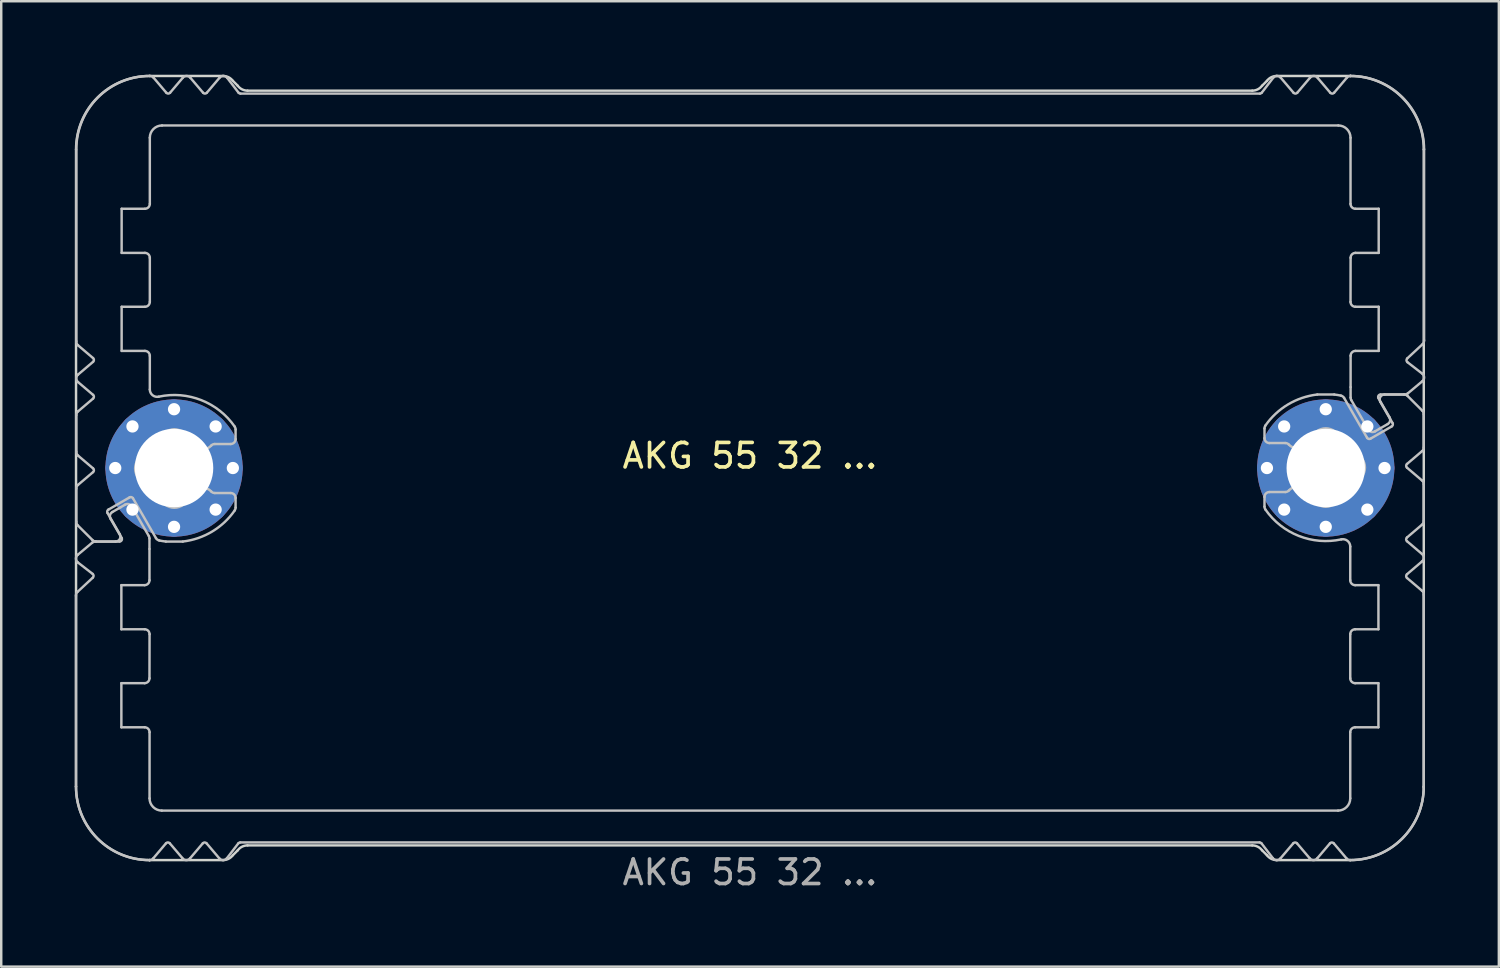
<source format=kicad_pcb>
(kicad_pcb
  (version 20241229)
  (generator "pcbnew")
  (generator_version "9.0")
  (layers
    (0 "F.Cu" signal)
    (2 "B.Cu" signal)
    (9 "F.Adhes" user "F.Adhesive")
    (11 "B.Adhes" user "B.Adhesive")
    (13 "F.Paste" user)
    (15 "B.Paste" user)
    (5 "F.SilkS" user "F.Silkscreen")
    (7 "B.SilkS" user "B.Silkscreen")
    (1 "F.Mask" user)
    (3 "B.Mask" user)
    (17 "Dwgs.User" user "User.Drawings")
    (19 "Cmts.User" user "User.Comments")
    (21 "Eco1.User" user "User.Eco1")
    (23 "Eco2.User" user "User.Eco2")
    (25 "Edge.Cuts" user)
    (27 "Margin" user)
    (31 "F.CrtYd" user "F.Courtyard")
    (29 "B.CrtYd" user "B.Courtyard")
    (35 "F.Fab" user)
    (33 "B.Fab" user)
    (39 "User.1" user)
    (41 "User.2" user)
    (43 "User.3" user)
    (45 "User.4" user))
  (footprint "AKG 55 32 ..."
    (layer "F.Cu")
    (at 27.553 16.05)
    (property "Reference" "AKG 55 32 ..." (at 0 -0.5 0) (unlocked yes) (layer "F.SilkS") (effects (font (size 1 1) (thickness 0.15))))
    (attr exclude_from_pos_files dnp)
    (fp_poly (pts (xy -20.9 -15.3) (xy 4 -15.3) (xy 4 -14) (xy -24.5 -14) (xy -24.5 -16) (xy -23.8 -15.2) (xy -23.05 -16) (xy -22.3 -15.2) (xy -21.55 -16)) (stroke (width 0.1) (type solid)) (fill yes) (layer "B.Mask"))
    (fp_poly (pts (xy -20.9 15.3) (xy 4.05 15.3) (xy 4.05 14) (xy -24.45 14) (xy -24.45 16) (xy -23.75 15.2) (xy -23 16) (xy -22.25 15.2) (xy -21.5 16)) (stroke (width 0.1) (type solid)) (fill yes) (layer "B.Mask"))
    (fp_poly (pts (xy 20.854 -15.3) (xy 3.954 -15.3) (xy 3.954 -14) (xy 24.454 -14) (xy 24.454 -16) (xy 23.754 -15.2) (xy 23.004 -16) (xy 22.254 -15.2) (xy 21.504 -16)) (stroke (width 0.1) (type solid)) (fill yes) (layer "B.Mask"))
    (fp_poly (pts (xy 20.9 15.3) (xy 3.954 15.3) (xy 3.954 14) (xy 24.454 14) (xy 24.454 16) (xy 23.754 15.2) (xy 23.004 16) (xy 22.254 15.2) (xy 21.504 16)) (stroke (width 0.1) (type solid)) (fill yes) (layer "B.Mask"))
    (fp_poly (pts (xy -24.546 10.6) (xy -25.6 10.6) (xy -25.6 8.8) (xy -24.5 8.8) (xy -24.5 6.7) (xy -25.646 6.7) (xy -25.646 4.7) (xy -24.546 4.7) (xy -24.546 3) (xy -26.646 3) (xy -27.446 3.7) (xy -26.646 4.4) (xy -27.446 5.1) (xy -27.446 16) (xy -24.546 16)) (stroke (width 0.1) (type solid)) (fill yes) (layer "B.Mask"))
    (fp_poly (pts (xy 24.599 -10.7) (xy 25.7 -10.7) (xy 25.7 -8.7) (xy 24.6 -8.7) (xy 24.6 -6.7) (xy 25.654 -6.7) (xy 25.654 -4.7) (xy 24.554 -4.7) (xy 24.5 -3) (xy 26.654 -3) (xy 27.454 -3.7) (xy 26.654 -4.4) (xy 27.454 -5.1) (xy 27.454 -16) (xy 24.554 -16)) (stroke (width 0.1) (type solid)) (fill yes) (layer "B.Mask"))
    (fp_poly (pts (xy -24.546 -10.6) (xy -25.6 -10.6) (xy -25.6 -8.8) (xy -24.546 -8.8) (xy -24.546 -6.7) (xy -25.646 -6.7) (xy -25.646 -4.7) (xy -24.546 -4.7) (xy -24.546 3) (xy -26.8 3) (xy -27.5 2.3) (xy -27.5 0.8) (xy -26.646 0.1) (xy -27.446 -0.6) (xy -27.446 -2.2) (xy -26.546 -2.9) (xy -27.446 -3.7) (xy -26.646 -4.4) (xy -27.446 -5.1) (xy -27.446 -16) (xy -24.546 -16)) (stroke (width 0.1) (type solid)) (fill yes) (layer "B.Mask"))
    (fp_poly (pts (xy 24.554 10.6) (xy 25.7 10.6) (xy 25.7 8.8) (xy 24.5 8.8) (xy 24.5 6.7) (xy 25.654 6.7) (xy 25.654 4.7) (xy 24.554 4.7) (xy 24.5 -3) (xy 26.654 -3) (xy 27.5 -2.3) (xy 27.5 -0.8) (xy 26.654 -0.1) (xy 27.454 0.6) (xy 27.454 2.2) (xy 26.7 2.9) (xy 27.505 3.656) (xy 26.654 4.4) (xy 27.454 5.1) (xy 27.454 16) (xy 24.554 16)) (stroke (width 0.1) (type solid)) (fill yes) (layer "B.Mask"))
    (fp_line (start -27.502 13) (end -27.502 5.214) (stroke (width 0.1) (type solid)) (layer "Dwgs.User"))
    (fp_line (start -27.489 -0.66) (end -27.489 -2.16) (stroke (width 0.1) (type solid)) (layer "Dwgs.User"))
    (fp_line (start -27.489 2.197) (end -27.489 0.84) (stroke (width 0.1) (type solid)) (layer "Dwgs.User"))
    (fp_line (start -27.489 -5.171) (end -27.488 -12.959) (stroke (width 0.1) (type solid)) (layer "Dwgs.User"))
    (fp_line (start -27.439 5.053) (end -26.815 4.473) (stroke (width 0.1) (type solid)) (layer "Dwgs.User"))
    (fp_line (start -27.433 3.543) (end -26.839 3.046) (stroke (width 0.1) (type solid)) (layer "Dwgs.User"))
    (fp_line (start -27.419 -3.812) (end -26.805 -4.334) (stroke (width 0.1) (type solid)) (layer "Dwgs.User"))
    (fp_line (start -27.419 -2.312) (end -26.805 -2.834) (stroke (width 0.1) (type solid)) (layer "Dwgs.User"))
    (fp_line (start -27.419 0.688) (end -26.805 0.166) (stroke (width 0.1) (type solid)) (layer "Dwgs.User"))
    (fp_line (start -26.828 2.941) (end -27.431 2.339) (stroke (width 0.1) (type solid)) (layer "Dwgs.User"))
    (fp_line (start -26.822 4.321) (end -27.425 3.853) (stroke (width 0.1) (type solid)) (layer "Dwgs.User"))
    (fp_line (start -26.805 -4.486) (end -27.419 -5.008) (stroke (width 0.1) (type solid)) (layer "Dwgs.User"))
    (fp_line (start -26.805 -2.986) (end -27.419 -3.508) (stroke (width 0.1) (type solid)) (layer "Dwgs.User"))
    (fp_line (start -26.805 0.014) (end -27.419 -0.508) (stroke (width 0.1) (type solid)) (layer "Dwgs.User"))
    (fp_line (start -26.71 3) (end -25.727 3) (stroke (width 0.1) (type solid)) (layer "Dwgs.User"))
    (fp_line (start -26.216 1.834) (end -25.716 2.7) (stroke (width 0.1) (type solid)) (layer "Dwgs.User"))
    (fp_line (start -26.018 1.795) (end -25.683 1.602) (stroke (width 0.1) (type solid)) (layer "Dwgs.User"))
    (fp_line (start -25.889 3) (end -26.686 3) (stroke (width 0.1) (type solid)) (layer "Dwgs.User"))
    (fp_line (start -25.683 1.602) (end -25.499 1.495) (stroke (width 0.1) (type solid)) (layer "Dwgs.User"))
    (fp_line (start -25.65 4.78) (end -25.65 6.58) (stroke (width 0.1) (type solid)) (layer "Dwgs.User"))
    (fp_line (start -25.65 8.78) (end -25.65 10.58) (stroke (width 0.1) (type solid)) (layer "Dwgs.User"))
    (fp_line (start -25.65 8.78) (end -24.7 8.78) (stroke (width 0.1) (type solid)) (layer "Dwgs.User"))
    (fp_line (start -25.65 10.58) (end -24.7 10.58) (stroke (width 0.1) (type solid)) (layer "Dwgs.User"))
    (fp_line (start -25.64 2.85) (end -26.092 2.068) (stroke (width 0.1) (type solid)) (layer "Dwgs.User"))
    (fp_line (start -25.639 -10.58) (end -25.639 -8.78) (stroke (width 0.1) (type solid)) (layer "Dwgs.User"))
    (fp_line (start -25.639 -6.58) (end -25.639 -4.78) (stroke (width 0.1) (type solid)) (layer "Dwgs.User"))
    (fp_line (start -25.639 -4.78) (end -24.689 -4.78) (stroke (width 0.1) (type solid)) (layer "Dwgs.User"))
    (fp_line (start -25.313 1.197) (end -26.179 1.697) (stroke (width 0.1) (type solid)) (layer "Dwgs.User"))
    (fp_line (start -25.225 1.568) (end -24.53 2.773) (stroke (width 0.1) (type solid)) (layer "Dwgs.User"))
    (fp_line (start -24.703 4.78) (end -25.65 4.78) (stroke (width 0.1) (type solid)) (layer "Dwgs.User"))
    (fp_line (start -24.703 6.58) (end -25.65 6.58) (stroke (width 0.1) (type solid)) (layer "Dwgs.User"))
    (fp_line (start -24.689 -10.58) (end -25.639 -10.58) (stroke (width 0.1) (type solid)) (layer "Dwgs.User"))
    (fp_line (start -24.689 -8.78) (end -25.639 -8.78) (stroke (width 0.1) (type solid)) (layer "Dwgs.User"))
    (fp_line (start -24.689 -6.58) (end -25.639 -6.58) (stroke (width 0.1) (type solid)) (layer "Dwgs.User"))
    (fp_line (start -24.503 2.873) (end -24.503 3.3) (stroke (width 0.1) (type solid)) (layer "Dwgs.User"))
    (fp_line (start -24.503 3.305) (end -24.503 4.58) (stroke (width 0.1) (type solid)) (layer "Dwgs.User"))
    (fp_line (start -24.502 16) (end -24.502 16) (stroke (width 0.1) (type solid)) (layer "Dwgs.User"))
    (fp_line (start -24.501 16) (end -24.502 16) (stroke (width 0.1) (type solid)) (layer "Dwgs.User"))
    (fp_line (start -24.5 6.78) (end -24.503 8.58) (stroke (width 0.1) (type default)) (layer "Dwgs.User"))
    (fp_line (start -24.5 10.78) (end -24.5 13.48) (stroke (width 0.1) (type solid)) (layer "Dwgs.User"))
    (fp_line (start -24.489 -13.48) (end -24.489 -10.78) (stroke (width 0.1) (type solid)) (layer "Dwgs.User"))
    (fp_line (start -24.489 -6.78) (end -24.489 -8.58) (stroke (width 0.1) (type default)) (layer "Dwgs.User"))
    (fp_line (start -24.489 -4.58) (end -24.489 -3.205) (stroke (width 0.1) (type solid)) (layer "Dwgs.User"))
    (fp_line (start -24.336 -15.929) (end -23.815 -15.315) (stroke (width 0.1) (type solid)) (layer "Dwgs.User"))
    (fp_line (start -24.238 2.86) (end -25.177 1.234) (stroke (width 0.1) (type solid)) (layer "Dwgs.User"))
    (fp_line (start -24 13.98) (end 24 13.98) (stroke (width 0.1) (type solid)) (layer "Dwgs.User"))
    (fp_line (start -23.829 15.315) (end -24.349 15.929) (stroke (width 0.1) (type solid)) (layer "Dwgs.User"))
    (fp_line (start -23.663 -15.315) (end -23.142 -15.929) (stroke (width 0.1) (type solid)) (layer "Dwgs.User"))
    (fp_line (start -23.164 15.914) (end -23.674 15.315) (stroke (width 0.1) (type solid)) (layer "Dwgs.User"))
    (fp_line (start -23.143 3) (end -23.835 3) (stroke (width 0.1) (type solid)) (layer "Dwgs.User"))
    (fp_line (start -22.837 -15.929) (end -22.315 -15.315) (stroke (width 0.1) (type solid)) (layer "Dwgs.User"))
    (fp_line (start -22.326 15.315) (end -22.848 15.929) (stroke (width 0.1) (type solid)) (layer "Dwgs.User"))
    (fp_line (start -22.163 -15.315) (end -21.642 -15.929) (stroke (width 0.1) (type solid)) (layer "Dwgs.User"))
    (fp_line (start -21.838 1.02) (end -21.189 1.02) (stroke (width 0.1) (type solid)) (layer "Dwgs.User"))
    (fp_line (start -21.653 15.929) (end -22.174 15.315) (stroke (width 0.1) (type solid)) (layer "Dwgs.User"))
    (fp_line (start -21.33 -15.922) (end -20.869 -15.319) (stroke (width 0.1) (type solid)) (layer "Dwgs.User"))
    (fp_line (start -21.189 -0.98) (end -21.838 -0.98) (stroke (width 0.1) (type solid)) (layer "Dwgs.User"))
    (fp_line (start -20.989 -1.577) (end -20.989 -1.18) (stroke (width 0.1) (type solid)) (layer "Dwgs.User"))
    (fp_line (start -20.989 1.22) (end -20.989 1.617) (stroke (width 0.1) (type solid)) (layer "Dwgs.User"))
    (fp_line (start -20.879 15.319) (end -21.341 15.922) (stroke (width 0.1) (type solid)) (layer "Dwgs.User"))
    (fp_line (start -20.789 -15.28) (end 20.811 -15.28) (stroke (width 0.1) (type solid)) (layer "Dwgs.User"))
    (fp_line (start 20.8 15.28) (end -20.8 15.28) (stroke (width 0.1) (type solid)) (layer "Dwgs.User"))
    (fp_line (start 20.89 -15.319) (end 21.352 -15.922) (stroke (width 0.1) (type solid)) (layer "Dwgs.User"))
    (fp_line (start 21 -1.22) (end 21 -1.617) (stroke (width 0.1) (type solid)) (layer "Dwgs.User"))
    (fp_line (start 21 1.577) (end 21 1.18) (stroke (width 0.1) (type solid)) (layer "Dwgs.User"))
    (fp_line (start 21.2 0.98) (end 21.849 0.98) (stroke (width 0.1) (type solid)) (layer "Dwgs.User"))
    (fp_line (start 21.341 15.922) (end 20.879 15.319) (stroke (width 0.1) (type solid)) (layer "Dwgs.User"))
    (fp_line (start 21.663 -15.929) (end 22.185 -15.315) (stroke (width 0.1) (type solid)) (layer "Dwgs.User"))
    (fp_line (start 21.849 -1.02) (end 21.2 -1.02) (stroke (width 0.1) (type solid)) (layer "Dwgs.User"))
    (fp_line (start 22.174 15.315) (end 21.652 15.929) (stroke (width 0.1) (type solid)) (layer "Dwgs.User"))
    (fp_line (start 22.337 -15.315) (end 22.858 -15.929) (stroke (width 0.1) (type solid)) (layer "Dwgs.User"))
    (fp_line (start 22.847 15.929) (end 22.326 15.315) (stroke (width 0.1) (type solid)) (layer "Dwgs.User"))
    (fp_line (start 23.154 -3) (end 23.846 -3) (stroke (width 0.1) (type solid)) (layer "Dwgs.User"))
    (fp_line (start 23.175 -15.914) (end 23.685 -15.315) (stroke (width 0.1) (type solid)) (layer "Dwgs.User"))
    (fp_line (start 23.674 15.315) (end 23.152 15.929) (stroke (width 0.1) (type solid)) (layer "Dwgs.User"))
    (fp_line (start 23.84 -15.315) (end 24.36 -15.929) (stroke (width 0.1) (type solid)) (layer "Dwgs.User"))
    (fp_line (start 24.011 -13.98) (end -23.989 -13.98) (stroke (width 0.1) (type solid)) (layer "Dwgs.User"))
    (fp_line (start 24.249 -2.86) (end 25.188 -1.234) (stroke (width 0.1) (type solid)) (layer "Dwgs.User"))
    (fp_line (start 24.346 15.929) (end 23.826 15.315) (stroke (width 0.1) (type solid)) (layer "Dwgs.User"))
    (fp_line (start 24.5 4.58) (end 24.5 3.205) (stroke (width 0.1) (type solid)) (layer "Dwgs.User"))
    (fp_line (start 24.5 6.78) (end 24.5 8.583) (stroke (width 0.1) (type default)) (layer "Dwgs.User"))
    (fp_line (start 24.5 13.48) (end 24.5 10.78) (stroke (width 0.1) (type solid)) (layer "Dwgs.User"))
    (fp_line (start 24.511 -10.78) (end 24.511 -13.48) (stroke (width 0.1) (type solid)) (layer "Dwgs.User"))
    (fp_line (start 24.512 -16) (end 24.512 -16) (stroke (width 0.1) (type solid)) (layer "Dwgs.User"))
    (fp_line (start 24.512 -16) (end 24.513 -16) (stroke (width 0.1) (type solid)) (layer "Dwgs.User"))
    (fp_line (start 24.514 -8.58) (end 24.511 -6.78) (stroke (width 0.1) (type default)) (layer "Dwgs.User"))
    (fp_line (start 24.514 -3.305) (end 24.514 -4.58) (stroke (width 0.1) (type solid)) (layer "Dwgs.User"))
    (fp_line (start 24.514 -2.873) (end 24.514 -3.3) (stroke (width 0.1) (type solid)) (layer "Dwgs.User"))
    (fp_line (start 24.7 8.78) (end 25.65 8.78) (stroke (width 0.1) (type solid)) (layer "Dwgs.User"))
    (fp_line (start 24.7 10.58) (end 25.65 10.58) (stroke (width 0.1) (type solid)) (layer "Dwgs.User"))
    (fp_line (start 24.714 -8.78) (end 25.661 -8.78) (stroke (width 0.1) (type solid)) (layer "Dwgs.User"))
    (fp_line (start 24.714 -4.78) (end 25.661 -4.78) (stroke (width 0.1) (type solid)) (layer "Dwgs.User"))
    (fp_line (start 25.236 -1.568) (end 24.541 -2.773) (stroke (width 0.1) (type solid)) (layer "Dwgs.User"))
    (fp_line (start 25.324 -1.197) (end 26.19 -1.697) (stroke (width 0.1) (type solid)) (layer "Dwgs.User"))
    (fp_line (start 25.65 4.78) (end 24.7 4.78) (stroke (width 0.1) (type solid)) (layer "Dwgs.User"))
    (fp_line (start 25.65 6.58) (end 24.7 6.58) (stroke (width 0.1) (type solid)) (layer "Dwgs.User"))
    (fp_line (start 25.65 6.58) (end 25.65 4.78) (stroke (width 0.1) (type solid)) (layer "Dwgs.User"))
    (fp_line (start 25.65 10.58) (end 25.65 8.78) (stroke (width 0.1) (type solid)) (layer "Dwgs.User"))
    (fp_line (start 25.651 -2.85) (end 26.102 -2.068) (stroke (width 0.1) (type solid)) (layer "Dwgs.User"))
    (fp_line (start 25.661 -10.58) (end 24.711 -10.58) (stroke (width 0.1) (type solid)) (layer "Dwgs.User"))
    (fp_line (start 25.661 -8.78) (end 25.661 -10.58) (stroke (width 0.1) (type solid)) (layer "Dwgs.User"))
    (fp_line (start 25.661 -6.58) (end 24.711 -6.58) (stroke (width 0.1) (type solid)) (layer "Dwgs.User"))
    (fp_line (start 25.661 -4.78) (end 25.661 -6.58) (stroke (width 0.1) (type solid)) (layer "Dwgs.User"))
    (fp_line (start 25.694 -1.602) (end 25.509 -1.495) (stroke (width 0.1) (type solid)) (layer "Dwgs.User"))
    (fp_line (start 25.9 -3) (end 26.697 -3) (stroke (width 0.1) (type solid)) (layer "Dwgs.User"))
    (fp_line (start 26.029 -1.795) (end 25.694 -1.602) (stroke (width 0.1) (type solid)) (layer "Dwgs.User"))
    (fp_line (start 26.227 -1.834) (end 25.727 -2.7) (stroke (width 0.1) (type solid)) (layer "Dwgs.User"))
    (fp_line (start 26.721 -3) (end 25.738 -3) (stroke (width 0.1) (type solid)) (layer "Dwgs.User"))
    (fp_line (start 26.815 -0.014) (end 27.429 0.508) (stroke (width 0.1) (type solid)) (layer "Dwgs.User"))
    (fp_line (start 26.815 2.986) (end 27.429 3.508) (stroke (width 0.1) (type solid)) (layer "Dwgs.User"))
    (fp_line (start 26.815 4.486) (end 27.429 5.008) (stroke (width 0.1) (type solid)) (layer "Dwgs.User"))
    (fp_line (start 26.832 -4.321) (end 27.436 -3.853) (stroke (width 0.1) (type solid)) (layer "Dwgs.User"))
    (fp_line (start 26.839 -2.941) (end 27.441 -2.339) (stroke (width 0.1) (type solid)) (layer "Dwgs.User"))
    (fp_line (start 27.429 -0.688) (end 26.815 -0.166) (stroke (width 0.1) (type solid)) (layer "Dwgs.User"))
    (fp_line (start 27.429 2.312) (end 26.815 2.834) (stroke (width 0.1) (type solid)) (layer "Dwgs.User"))
    (fp_line (start 27.429 3.812) (end 26.815 4.334) (stroke (width 0.1) (type solid)) (layer "Dwgs.User"))
    (fp_line (start 27.443 -3.543) (end 26.849 -3.047) (stroke (width 0.1) (type solid)) (layer "Dwgs.User"))
    (fp_line (start 27.45 -5.053) (end 26.826 -4.473) (stroke (width 0.1) (type solid)) (layer "Dwgs.User"))
    (fp_line (start 27.5 5.171) (end 27.499 13.038) (stroke (width 0.1) (type solid)) (layer "Dwgs.User"))
    (fp_line (start 27.5 -2.197) (end 27.5 -0.84) (stroke (width 0.1) (type solid)) (layer "Dwgs.User"))
    (fp_line (start 27.5 0.66) (end 27.5 2.16) (stroke (width 0.1) (type solid)) (layer "Dwgs.User"))
    (fp_line (start 27.513 -13.015) (end 27.513 -5.215) (stroke (width 0.1) (type solid)) (layer "Dwgs.User"))
    (fp_arc (start -27.502431 5.214496) (mid -27.48921 5.126511) (end -27.439103 5.05299) (stroke (width 0.1) (type solid)) (layer "Dwgs.User"))
    (fp_arc (start -27.48919 -2.16003) (mid -27.470691 -2.24403) (end -27.418628 -2.312496) (stroke (width 0.1) (type solid)) (layer "Dwgs.User"))
    (fp_arc (start -27.48919 0.83997) (mid -27.470691 0.75597) (end -27.418628 0.687504) (stroke (width 0.1) (type solid)) (layer "Dwgs.User"))
    (fp_arc (start -27.488629 -13.00003) (mid -26.609776 -15.121528) (end -24.488132 -16.00003) (stroke (width 0.1) (type solid)) (layer "Dwgs.User"))
    (fp_arc (start -27.430611 2.338548) (mid -27.473952 2.273658) (end -27.48919 2.197127) (stroke (width 0.1) (type solid)) (layer "Dwgs.User"))
    (fp_arc (start -27.425499 3.853059) (mid -27.502937 3.699538) (end -27.432592 3.542641) (stroke (width 0.1) (type solid)) (layer "Dwgs.User"))
    (fp_arc (start -27.418628 -5.007564) (mid -27.473021 -5.081251) (end -27.488863 -5.171459) (stroke (width 0.1) (type solid)) (layer "Dwgs.User"))
    (fp_arc (start -27.418628 -3.507564) (mid -27.489188 -3.66003) (end -27.418628 -3.812496) (stroke (width 0.1) (type solid)) (layer "Dwgs.User"))
    (fp_arc (start -27.418628 -0.507564) (mid -27.470694 -0.576029) (end -27.48919 -0.66003) (stroke (width 0.1) (type solid)) (layer "Dwgs.User"))
    (fp_arc (start -26.838668 3.046481) (mid -26.778648 3.011946) (end -26.710445 2.99997) (stroke (width 0.1) (type solid)) (layer "Dwgs.User"))
    (fp_arc (start -26.821739 4.320925) (mid -26.783088 4.395508) (end -26.814937 4.473239) (stroke (width 0.1) (type solid)) (layer "Dwgs.User"))
    (fp_arc (start -26.804583 -4.486263) (mid -26.769295 -4.41003) (end -26.804583 -4.333797) (stroke (width 0.1) (type solid)) (layer "Dwgs.User"))
    (fp_arc (start -26.804583 -2.986263) (mid -26.769295 -2.91003) (end -26.804583 -2.833797) (stroke (width 0.1) (type solid)) (layer "Dwgs.User"))
    (fp_arc (start -26.804583 0.013737) (mid -26.769295 0.08997) (end -26.804583 0.166203) (stroke (width 0.1) (type solid)) (layer "Dwgs.User"))
    (fp_arc (start -26.686347 2.99997) (mid -26.762877 2.984729) (end -26.827769 2.941391) (stroke (width 0.1) (type solid)) (layer "Dwgs.User"))
    (fp_arc (start -26.215985 1.833944) (mid -26.225952 1.758068) (end -26.179382 1.697342) (stroke (width 0.1) (type solid)) (layer "Dwgs.User"))
    (fp_arc (start -26.091514 2.068343) (mid -26.111468 1.916586) (end -26.018309 1.795138) (stroke (width 0.1) (type solid)) (layer "Dwgs.User"))
    (fp_arc (start -25.715985 2.69997) (mid -25.715978 2.899974) (end -25.88919 2.99997) (stroke (width 0.1) (type solid)) (layer "Dwgs.User"))
    (fp_arc (start -25.640241 2.84997) (mid -25.640233 2.949974) (end -25.726844 2.99997) (stroke (width 0.1) (type solid)) (layer "Dwgs.User"))
    (fp_arc (start -25.498694 1.495138) (mid -25.346932 1.475166) (end -25.225489 1.568343) (stroke (width 0.1) (type solid)) (layer "Dwgs.User"))
    (fp_arc (start -25.313357 1.197342) (mid -25.237484 1.187387) (end -25.176754 1.233944) (stroke (width 0.1) (type solid)) (layer "Dwgs.User"))
    (fp_arc (start -24.700049 6.57997) (mid -24.558651 6.638572) (end -24.500049 6.77997) (stroke (width 0.1) (type solid)) (layer "Dwgs.User"))
    (fp_arc (start -24.700049 10.57997) (mid -24.558651 10.638572) (end -24.500049 10.77997) (stroke (width 0.1) (type solid)) (layer "Dwgs.User"))
    (fp_arc (start -24.68919 -8.78003) (mid -24.547772 -8.721448) (end -24.48919 -8.58003) (stroke (width 0.1) (type solid)) (layer "Dwgs.User"))
    (fp_arc (start -24.68919 -4.78003) (mid -24.547772 -4.721448) (end -24.48919 -4.58003) (stroke (width 0.1) (type solid)) (layer "Dwgs.User"))
    (fp_arc (start -24.65419 -0.556897) (mid -24.408426 -0.899266) (end -24.066057 -1.14503) (stroke (width 0.1) (type solid)) (layer "Dwgs.User"))
    (fp_arc (start -24.65419 0.596836) (mid -25.08919 0.019969) (end -24.65419 -0.556897) (stroke (width 0.1) (type solid)) (layer "Dwgs.User"))
    (fp_arc (start -24.529787 2.773333) (mid -24.509797 2.821567) (end -24.502992 2.873333) (stroke (width 0.1) (type solid)) (layer "Dwgs.User"))
    (fp_arc (start -24.502992 4.57997) (mid -24.561565 4.721397) (end -24.702992 4.77997) (stroke (width 0.1) (type solid)) (layer "Dwgs.User"))
    (fp_arc (start -24.502992 8.57997) (mid -24.561565 8.721397) (end -24.702992 8.77997) (stroke (width 0.1) (type solid)) (layer "Dwgs.User"))
    (fp_arc (start -24.501935 15.99997) (mid -26.623559 15.121448) (end -27.502431 12.99997) (stroke (width 0.1) (type solid)) (layer "Dwgs.User"))
    (fp_arc (start -24.48919 -13.48003) (mid -24.342738 -13.833578) (end -23.98919 -13.98003) (stroke (width 0.1) (type solid)) (layer "Dwgs.User"))
    (fp_arc (start -24.48919 -10.78003) (mid -24.547762 -10.638602) (end -24.68919 -10.58003) (stroke (width 0.1) (type solid)) (layer "Dwgs.User"))
    (fp_arc (start -24.48919 -6.78003) (mid -24.547762 -6.638602) (end -24.68919 -6.58003) (stroke (width 0.1) (type solid)) (layer "Dwgs.User"))
    (fp_arc (start -24.488132 -16.00003) (mid -24.404059 -15.98147) (end -24.335563 -15.929306) (stroke (width 0.1) (type solid)) (layer "Dwgs.User"))
    (fp_arc (start -24.349192 15.929246) (mid -24.417408 15.9813) (end -24.501161 15.999969) (stroke (width 0.1) (type solid)) (layer "Dwgs.User"))
    (fp_arc (start -24.125554 -2.911761) (mid -24.377487 -2.97138) (end -24.48919 -3.204934) (stroke (width 0.1) (type solid)) (layer "Dwgs.User"))
    (fp_arc (start -24.125554 -2.911761) (mid -22.390142 -2.771458) (end -21.024904 -1.690965) (stroke (width 0.1) (type solid)) (layer "Dwgs.User"))
    (fp_arc (start -24.105732 2.955932) (mid -24.181984 2.922143) (end -24.237834 2.860201) (stroke (width 0.1) (type solid)) (layer "Dwgs.User"))
    (fp_arc (start -24.066057 -1.14503) (mid -23.48919 -1.58003) (end -22.912323 -1.14503) (stroke (width 0.1) (type solid)) (layer "Dwgs.User"))
    (fp_arc (start -24.066057 1.18497) (mid -24.40843 0.939209) (end -24.65419 0.596836) (stroke (width 0.1) (type solid)) (layer "Dwgs.User"))
    (fp_arc (start -24.000049 13.97997) (mid -24.353577 13.833498) (end -24.500049 13.47997) (stroke (width 0.1) (type solid)) (layer "Dwgs.User"))
    (fp_arc (start -23.835022 2.99997) (mid -23.970881 2.981048) (end -24.105732 2.955932) (stroke (width 0.1) (type solid)) (layer "Dwgs.User"))
    (fp_arc (start -23.829121 15.315332) (mid -23.751541 15.278264) (end -23.673885 15.315171) (stroke (width 0.1) (type solid)) (layer "Dwgs.User"))
    (fp_arc (start -23.662951 -15.315318) (mid -23.739181 -15.280019) (end -23.815417 -15.315305) (stroke (width 0.1) (type solid)) (layer "Dwgs.User"))
    (fp_arc (start -23.141667 -15.929455) (mid -22.98919 -16.000029) (end -22.836712 -15.929455) (stroke (width 0.1) (type solid)) (layer "Dwgs.User"))
    (fp_arc (start -22.912323 -1.14503) (mid -22.730199 -1.035459) (end -22.568362 -0.897677) (stroke (width 0.1) (type solid)) (layer "Dwgs.User"))
    (fp_arc (start -22.912323 1.18497) (mid -23.48919 1.61997) (end -24.066057 1.18497) (stroke (width 0.1) (type solid)) (layer "Dwgs.User"))
    (fp_arc (start -22.847571 15.929394) (mid -23.009557 15.999707) (end -23.164131 15.914325) (stroke (width 0.1) (type solid)) (layer "Dwgs.User"))
    (fp_arc (start -22.568362 0.937617) (mid -22.730203 1.075392) (end -22.912323 1.18497) (stroke (width 0.1) (type solid)) (layer "Dwgs.User"))
    (fp_arc (start -22.568362 0.937617) (mid -22.274243 0.820096) (end -21.986888 0.953303) (stroke (width 0.1) (type solid)) (layer "Dwgs.User"))
    (fp_arc (start -22.326288 15.315258) (mid -22.250049 15.27997) (end -22.17381 15.315258) (stroke (width 0.1) (type solid)) (layer "Dwgs.User"))
    (fp_arc (start -22.162951 -15.315318) (mid -22.23919 -15.28003) (end -22.315429 -15.315318) (stroke (width 0.1) (type solid)) (layer "Dwgs.User"))
    (fp_arc (start -21.986888 -0.913364) (mid -22.274244 -0.780195) (end -22.568362 -0.897677) (stroke (width 0.1) (type solid)) (layer "Dwgs.User"))
    (fp_arc (start -21.986888 -0.913364) (mid -21.919468 -0.962607) (end -21.837817 -0.98003) (stroke (width 0.1) (type solid)) (layer "Dwgs.User"))
    (fp_arc (start -21.837817 1.01997) (mid -21.919464 1.002537) (end -21.986888 0.953303) (stroke (width 0.1) (type solid)) (layer "Dwgs.User"))
    (fp_arc (start -21.641667 -15.929455) (mid -21.484216 -15.999958) (end -21.330466 -15.921713) (stroke (width 0.1) (type solid)) (layer "Dwgs.User"))
    (fp_arc (start -21.341325 15.921653) (mid -21.495076 15.999873) (end -21.652527 15.929394) (stroke (width 0.1) (type solid)) (layer "Dwgs.User"))
    (fp_arc (start -21.18919 1.01997) (mid -21.047772 1.078552) (end -20.98919 1.21997) (stroke (width 0.1) (type solid)) (layer "Dwgs.User"))
    (fp_arc (start -21.024904 -1.690965) (mid -20.998333 -1.636662) (end -20.98919 -1.576902) (stroke (width 0.1) (type solid)) (layer "Dwgs.User"))
    (fp_arc (start -21.024904 1.730904) (mid -21.947492 2.593529) (end -23.143358 2.99997) (stroke (width 0.1) (type solid)) (layer "Dwgs.User"))
    (fp_arc (start -20.98919 -1.18003) (mid -21.047762 -1.038602) (end -21.18919 -0.98003) (stroke (width 0.1) (type solid)) (layer "Dwgs.User"))
    (fp_arc (start -20.98919 1.616842) (mid -20.998317 1.676607) (end -21.024904 1.730904) (stroke (width 0.1) (type solid)) (layer "Dwgs.User"))
    (fp_arc (start -20.879411 15.319129) (mid -20.844304 15.290279) (end -20.800049 15.27997) (stroke (width 0.1) (type solid)) (layer "Dwgs.User"))
    (fp_arc (start -20.78919 -15.28003) (mid -20.83344 -15.29035) (end -20.868552 -15.319189) (stroke (width 0.1) (type solid)) (layer "Dwgs.User"))
    (fp_arc (start 20.799951 15.27997) (mid 20.844205 15.290294) (end 20.879313 15.319129) (stroke (width 0.1) (type solid)) (layer "Dwgs.User"))
    (fp_arc (start 20.890172 -15.319189) (mid 20.855062 -15.290341) (end 20.81081 -15.28003) (stroke (width 0.1) (type solid)) (layer "Dwgs.User"))
    (fp_arc (start 20.999951 -1.616902) (mid 21.009091 -1.676662) (end 21.035665 -1.730964) (stroke (width 0.1) (type solid)) (layer "Dwgs.User"))
    (fp_arc (start 20.999951 1.17997) (mid 21.058508 1.038521) (end 21.199951 0.97997) (stroke (width 0.1) (type solid)) (layer "Dwgs.User"))
    (fp_arc (start 21.035665 -1.730964) (mid 21.95825 -2.593594) (end 23.154119 -3.00003) (stroke (width 0.1) (type solid)) (layer "Dwgs.User"))
    (fp_arc (start 21.035665 1.690905) (mid 21.009083 1.636604) (end 20.999951 1.576842) (stroke (width 0.1) (type solid)) (layer "Dwgs.User"))
    (fp_arc (start 21.199951 -1.02003) (mid 21.058537 -1.078622) (end 20.999951 -1.22003) (stroke (width 0.1) (type solid)) (layer "Dwgs.User"))
    (fp_arc (start 21.352086 -15.921713) (mid 21.505833 -15.999949) (end 21.663288 -15.929455) (stroke (width 0.1) (type solid)) (layer "Dwgs.User"))
    (fp_arc (start 21.652429 15.929394) (mid 21.494997 15.999846) (end 21.341227 15.921653) (stroke (width 0.1) (type solid)) (layer "Dwgs.User"))
    (fp_arc (start 21.848578 -1.02003) (mid 21.930228 -1.002607) (end 21.997649 -0.953363) (stroke (width 0.1) (type solid)) (layer "Dwgs.User"))
    (fp_arc (start 21.997649 0.913304) (mid 21.930221 0.96252) (end 21.848578 0.97997) (stroke (width 0.1) (type solid)) (layer "Dwgs.User"))
    (fp_arc (start 21.997649 0.913304) (mid 22.285007 0.78012) (end 22.579123 0.897617) (stroke (width 0.1) (type solid)) (layer "Dwgs.User"))
    (fp_arc (start 22.173712 15.315258) (mid 22.249951 15.27997) (end 22.32619 15.315258) (stroke (width 0.1) (type solid)) (layer "Dwgs.User"))
    (fp_arc (start 22.337049 -15.315318) (mid 22.26081 -15.28003) (end 22.184571 -15.315318) (stroke (width 0.1) (type solid)) (layer "Dwgs.User"))
    (fp_arc (start 22.579123 -0.937677) (mid 22.285008 -0.820173) (end 21.997649 -0.953363) (stroke (width 0.1) (type solid)) (layer "Dwgs.User"))
    (fp_arc (start 22.579123 -0.937677) (mid 22.740962 -1.075457) (end 22.923084 -1.18503) (stroke (width 0.1) (type solid)) (layer "Dwgs.User"))
    (fp_arc (start 22.858333 -15.929455) (mid 23.020316 -15.999785) (end 23.174892 -15.914385) (stroke (width 0.1) (type solid)) (layer "Dwgs.User"))
    (fp_arc (start 22.923084 -1.18503) (mid 23.499951 -1.62003) (end 24.076818 -1.18503) (stroke (width 0.1) (type solid)) (layer "Dwgs.User"))
    (fp_arc (start 22.923084 1.14497) (mid 22.740965 1.035392) (end 22.579123 0.897617) (stroke (width 0.1) (type solid)) (layer "Dwgs.User"))
    (fp_arc (start 23.152429 15.929394) (mid 22.999951 15.99997) (end 22.847473 15.929394) (stroke (width 0.1) (type solid)) (layer "Dwgs.User"))
    (fp_arc (start 23.673712 15.315258) (mid 23.749959 15.279908) (end 23.826178 15.315245) (stroke (width 0.1) (type solid)) (layer "Dwgs.User"))
    (fp_arc (start 23.839882 -15.315392) (mid 23.762303 -15.278341) (end 23.684646 -15.315231) (stroke (width 0.1) (type solid)) (layer "Dwgs.User"))
    (fp_arc (start 23.845783 -3.00003) (mid 23.981642 -2.981106) (end 24.116493 -2.955992) (stroke (width 0.1) (type solid)) (layer "Dwgs.User"))
    (fp_arc (start 24.01081 -13.98003) (mid 24.364368 -13.833582) (end 24.51081 -13.48003) (stroke (width 0.1) (type solid)) (layer "Dwgs.User"))
    (fp_arc (start 24.076818 -1.18503) (mid 24.419179 -0.939258) (end 24.664951 -0.596896) (stroke (width 0.1) (type solid)) (layer "Dwgs.User"))
    (fp_arc (start 24.076818 1.14497) (mid 23.499951 1.57997) (end 22.923084 1.14497) (stroke (width 0.1) (type solid)) (layer "Dwgs.User"))
    (fp_arc (start 24.116493 -2.955992) (mid 24.19276 -2.922223) (end 24.248595 -2.860261) (stroke (width 0.1) (type solid)) (layer "Dwgs.User"))
    (fp_arc (start 24.136315 2.9117) (mid 22.400893 2.771423) (end 21.035665 1.690905) (stroke (width 0.1) (type solid)) (layer "Dwgs.User"))
    (fp_arc (start 24.136315 2.9117) (mid 24.388259 2.971301) (end 24.499951 3.204873) (stroke (width 0.1) (type solid)) (layer "Dwgs.User"))
    (fp_arc (start 24.359953 -15.929306) (mid 24.428162 -15.98138) (end 24.511922 -16.000029) (stroke (width 0.1) (type solid)) (layer "Dwgs.User"))
    (fp_arc (start 24.498893 15.99997) (mid 24.414817 15.981423) (end 24.346324 15.929246) (stroke (width 0.1) (type solid)) (layer "Dwgs.User"))
    (fp_arc (start 24.499951 6.77997) (mid 24.558508 6.638521) (end 24.699951 6.57997) (stroke (width 0.1) (type solid)) (layer "Dwgs.User"))
    (fp_arc (start 24.499951 10.77997) (mid 24.558508 10.638521) (end 24.699951 10.57997) (stroke (width 0.1) (type solid)) (layer "Dwgs.User"))
    (fp_arc (start 24.499951 13.47997) (mid 24.353499 13.833518) (end 23.999951 13.97997) (stroke (width 0.1) (type solid)) (layer "Dwgs.User"))
    (fp_arc (start 24.512696 -16.00003) (mid 26.634342 -15.121531) (end 27.513192 -13.00003) (stroke (width 0.1) (type solid)) (layer "Dwgs.User"))
    (fp_arc (start 24.513753 -8.58003) (mid 24.572345 -8.721413) (end 24.713753 -8.78003) (stroke (width 0.1) (type solid)) (layer "Dwgs.User"))
    (fp_arc (start 24.513753 -4.58003) (mid 24.572345 -4.721413) (end 24.713753 -4.78003) (stroke (width 0.1) (type solid)) (layer "Dwgs.User"))
    (fp_arc (start 24.540548 -2.773393) (mid 24.520561 -2.821628) (end 24.513753 -2.873393) (stroke (width 0.1) (type solid)) (layer "Dwgs.User"))
    (fp_arc (start 24.664951 -0.596896) (mid 25.099993 -0.02003) (end 24.664951 0.556837) (stroke (width 0.1) (type solid)) (layer "Dwgs.User"))
    (fp_arc (start 24.664951 0.556837) (mid 24.419184 0.899202) (end 24.076818 1.14497) (stroke (width 0.1) (type solid)) (layer "Dwgs.User"))
    (fp_arc (start 24.699951 4.77997) (mid 24.558537 4.721378) (end 24.499951 4.57997) (stroke (width 0.1) (type solid)) (layer "Dwgs.User"))
    (fp_arc (start 24.699951 8.77997) (mid 24.558537 8.721378) (end 24.499951 8.57997) (stroke (width 0.1) (type solid)) (layer "Dwgs.User"))
    (fp_arc (start 24.71081 -10.58003) (mid 24.569393 -10.638607) (end 24.51081 -10.78003) (stroke (width 0.1) (type solid)) (layer "Dwgs.User"))
    (fp_arc (start 24.71081 -6.58003) (mid 24.569393 -6.638607) (end 24.51081 -6.78003) (stroke (width 0.1) (type solid)) (layer "Dwgs.User"))
    (fp_arc (start 25.324118 -1.197402) (mid 25.248228 -1.1874) (end 25.187515 -1.234004) (stroke (width 0.1) (type solid)) (layer "Dwgs.User"))
    (fp_arc (start 25.509455 -1.495198) (mid 25.357708 -1.475259) (end 25.23625 -1.568403) (stroke (width 0.1) (type solid)) (layer "Dwgs.User"))
    (fp_arc (start 25.651002 -2.85003) (mid 25.651021 -2.950003) (end 25.737605 -3.00003) (stroke (width 0.1) (type solid)) (layer "Dwgs.User"))
    (fp_arc (start 25.726746 -2.70003) (mid 25.726772 -2.900014) (end 25.899951 -3.00003) (stroke (width 0.1) (type solid)) (layer "Dwgs.User"))
    (fp_arc (start 26.102275 -2.068403) (mid 26.122249 -1.916635) (end 26.02907 -1.795198) (stroke (width 0.1) (type solid)) (layer "Dwgs.User"))
    (fp_arc (start 26.226746 -1.834004) (mid 26.236734 -1.758118) (end 26.190143 -1.697402) (stroke (width 0.1) (type solid)) (layer "Dwgs.User"))
    (fp_arc (start 26.697108 -3.00003) (mid 26.773645 -2.984805) (end 26.83853 -2.941451) (stroke (width 0.1) (type solid)) (layer "Dwgs.User"))
    (fp_arc (start 26.815344 -0.013797) (mid 26.780099 -0.090019) (end 26.815344 -0.166263) (stroke (width 0.1) (type solid)) (layer "Dwgs.User"))
    (fp_arc (start 26.815344 2.986203) (mid 26.780099 2.909981) (end 26.815344 2.833737) (stroke (width 0.1) (type solid)) (layer "Dwgs.User"))
    (fp_arc (start 26.815344 4.486203) (mid 26.780099 4.409981) (end 26.815344 4.333737) (stroke (width 0.1) (type solid)) (layer "Dwgs.User"))
    (fp_arc (start 26.8325 -4.320985) (mid 26.793893 -4.395559) (end 26.825698 -4.473299) (stroke (width 0.1) (type solid)) (layer "Dwgs.User"))
    (fp_arc (start 26.849429 -3.046541) (mid 26.789406 -3.01201) (end 26.721206 -3.00003) (stroke (width 0.1) (type solid)) (layer "Dwgs.User"))
    (fp_arc (start 27.429389 0.507504) (mid 27.481453 0.57597) (end 27.499951 0.65997) (stroke (width 0.1) (type solid)) (layer "Dwgs.User"))
    (fp_arc (start 27.429389 3.507504) (mid 27.499991 3.659981) (end 27.429389 3.812436) (stroke (width 0.1) (type solid)) (layer "Dwgs.User"))
    (fp_arc (start 27.429389 5.007504) (mid 27.483796 5.081185) (end 27.499624 5.171399) (stroke (width 0.1) (type solid)) (layer "Dwgs.User"))
    (fp_arc (start 27.43626 -3.853119) (mid 27.513743 -3.699588) (end 27.443353 -3.542701) (stroke (width 0.1) (type solid)) (layer "Dwgs.User"))
    (fp_arc (start 27.441372 -2.338608) (mid 27.484711 -2.27372) (end 27.499951 -2.197187) (stroke (width 0.1) (type solid)) (layer "Dwgs.User"))
    (fp_arc (start 27.49939 12.99997) (mid 26.620538 15.121469) (end 24.498893 15.99997) (stroke (width 0.1) (type solid)) (layer "Dwgs.User"))
    (fp_arc (start 27.499951 -0.84003) (mid 27.481469 -0.756017) (end 27.429389 -0.687564) (stroke (width 0.1) (type solid)) (layer "Dwgs.User"))
    (fp_arc (start 27.499951 2.15997) (mid 27.481469 2.243983) (end 27.429389 2.312436) (stroke (width 0.1) (type solid)) (layer "Dwgs.User"))
    (fp_arc (start 27.513192 -5.214556) (mid 27.499916 -5.126598) (end 27.449864 -5.05305) (stroke (width 0.1) (type solid)) (layer "Dwgs.User"))
    (fp_rect (start -25.45 -10.5) (end 25.45 -8.9) (stroke (width 0.1) (type solid)) (fill no) (layer "Eco1.User"))
    (fp_rect (start -25.45 -6.48) (end 25.45 -4.88) (stroke (width 0.1) (type solid)) (fill no) (layer "Eco1.User"))
    (fp_rect (start -25.45 4.88) (end 25.45 6.48) (stroke (width 0.1) (type solid)) (fill no) (layer "Eco1.User"))
    (fp_rect (start -25.45 8.88) (end 25.45 10.48) (stroke (width 0.1) (type solid)) (fill no) (layer "Eco1.User"))
    (fp_line (start -27.5 -13) (end -27.5 13) (stroke (width 0.1) (type solid)) (layer "Edge.Cuts"))
    (fp_line (start -24.5 -16) (end -21.5 -16) (stroke (width 0.1) (type solid)) (layer "Edge.Cuts"))
    (fp_line (start -24.5 16) (end -21.5 16) (stroke (width 0.1) (type solid)) (layer "Edge.Cuts"))
    (fp_line (start -20.9 -15.6) (end -21.1 -15.8) (stroke (width 0.1) (type solid)) (layer "Edge.Cuts"))
    (fp_line (start -20.9 15.6) (end -21.1 15.8) (stroke (width 0.1) (type solid)) (layer "Edge.Cuts"))
    (fp_line (start -20.5 -15.4) (end 20.5 -15.4) (stroke (width 0.1) (type solid)) (layer "Edge.Cuts"))
    (fp_line (start -20.5 15.4) (end 20.5 15.4) (stroke (width 0.1) (type solid)) (layer "Edge.Cuts"))
    (fp_line (start 20.9 -15.6) (end 21.1 -15.8) (stroke (width 0.1) (type solid)) (layer "Edge.Cuts"))
    (fp_line (start 20.9 15.6) (end 21.1 15.8) (stroke (width 0.1) (type solid)) (layer "Edge.Cuts"))
    (fp_line (start 24.5 -16) (end 21.5 -16) (stroke (width 0.1) (type solid)) (layer "Edge.Cuts"))
    (fp_line (start 24.5 16) (end 21.5 16) (stroke (width 0.1) (type solid)) (layer "Edge.Cuts"))
    (fp_line (start 27.5 -13) (end 27.5 13) (stroke (width 0.1) (type solid)) (layer "Edge.Cuts"))
    (fp_arc (start -27.5 -13) (mid -26.62132 -15.12132) (end -24.5 -16) (stroke (width 0.1) (type solid)) (layer "Edge.Cuts"))
    (fp_arc (start -24.5 16) (mid -26.62132 15.12132) (end -27.5 13) (stroke (width 0.1) (type solid)) (layer "Edge.Cuts"))
    (fp_arc (start -21.5 -16) (mid -21.276393 -15.947214) (end -21.1 -15.8) (stroke (width 0.1) (type solid)) (layer "Edge.Cuts"))
    (fp_arc (start -21.1 15.8) (mid -21.276393 15.947214) (end -21.5 16) (stroke (width 0.1) (type solid)) (layer "Edge.Cuts"))
    (fp_arc (start -20.9 15.6) (mid -20.723607 15.452786) (end -20.5 15.4) (stroke (width 0.1) (type solid)) (layer "Edge.Cuts"))
    (fp_arc (start -20.5 -15.4) (mid -20.723607 -15.452786) (end -20.9 -15.6) (stroke (width 0.1) (type solid)) (layer "Edge.Cuts"))
    (fp_arc (start 20.5 15.4) (mid 20.723607 15.452786) (end 20.9 15.6) (stroke (width 0.1) (type solid)) (layer "Edge.Cuts"))
    (fp_arc (start 20.9 -15.6) (mid 20.723607 -15.452786) (end 20.5 -15.4) (stroke (width 0.1) (type solid)) (layer "Edge.Cuts"))
    (fp_arc (start 21.1 -15.8) (mid 21.276393 -15.947214) (end 21.5 -16) (stroke (width 0.1) (type solid)) (layer "Edge.Cuts"))
    (fp_arc (start 21.5 16) (mid 21.276393 15.947214) (end 21.1 15.8) (stroke (width 0.1) (type solid)) (layer "Edge.Cuts"))
    (fp_arc (start 24.5 -16) (mid 26.62132 -15.12132) (end 27.5 -13) (stroke (width 0.1) (type solid)) (layer "Edge.Cuts"))
    (fp_arc (start 27.5 13) (mid 26.62132 15.12132) (end 24.5 16) (stroke (width 0.1) (type solid)) (layer "Edge.Cuts"))
    (fp_text user "${REFERENCE}" (at 0 16.5 0) (layer "F.Fab") (effects (font (size 1 1) (thickness 0.15))))
    (pad "1" thru_hole circle (at -25.9 0) (size 0.8 0.8) (drill 0.5) (layers "*.Cu" "*.Mask"))
    (pad "1" thru_hole circle (at -25.197 -1.697) (size 0.8 0.8) (drill 0.5) (layers "*.Cu" "*.Mask"))
    (pad "1" thru_hole circle (at -25.197 1.697) (size 0.8 0.8) (drill 0.5) (layers "*.Cu" "*.Mask"))
    (pad "1" thru_hole circle (at -23.5 -2.4) (size 0.8 0.8) (drill 0.5) (layers "*.Cu" "*.Mask"))
    (pad "1" thru_hole circle (at -23.5 0) (size 5.6 5.6) (drill 3.2) (layers "*.Cu" "*.Mask"))
    (pad "1" thru_hole circle (at -23.5 2.4) (size 0.8 0.8) (drill 0.5) (layers "*.Cu" "*.Mask"))
    (pad "1" thru_hole circle (at -21.803 -1.697) (size 0.8 0.8) (drill 0.5) (layers "*.Cu" "*.Mask"))
    (pad "1" thru_hole circle (at -21.803 1.697) (size 0.8 0.8) (drill 0.5) (layers "*.Cu" "*.Mask"))
    (pad "1" thru_hole circle (at -21.1 0) (size 0.8 0.8) (drill 0.5) (layers "*.Cu" "*.Mask"))
    (pad "1" thru_hole circle (at 21.1 0) (size 0.8 0.8) (drill 0.5) (layers "*.Cu" "*.Mask"))
    (pad "1" thru_hole circle (at 21.803 -1.697) (size 0.8 0.8) (drill 0.5) (layers "*.Cu" "*.Mask"))
    (pad "1" thru_hole circle (at 21.803 1.697) (size 0.8 0.8) (drill 0.5) (layers "*.Cu" "*.Mask"))
    (pad "1" thru_hole circle (at 23.5 -2.4) (size 0.8 0.8) (drill 0.5) (layers "*.Cu" "*.Mask"))
    (pad "1" thru_hole circle (at 23.5 0) (size 5.6 5.6) (drill 3.2) (layers "*.Cu" "*.Mask"))
    (pad "1" thru_hole circle (at 23.5 2.4) (size 0.8 0.8) (drill 0.5) (layers "*.Cu" "*.Mask"))
    (pad "1" thru_hole circle (at 25.197 -1.697) (size 0.8 0.8) (drill 0.5) (layers "*.Cu" "*.Mask"))
    (pad "1" thru_hole circle (at 25.197 1.697) (size 0.8 0.8) (drill 0.5) (layers "*.Cu" "*.Mask"))
    (pad "1" thru_hole circle (at 25.9 0) (size 0.8 0.8) (drill 0.5) (layers "*.Cu" "*.Mask")))
  (gr_rect
    (start -3 -3)
    (end 58.117 36.398)
    (stroke (width 0.1) (type default))
    (fill no)
    (layer "Edge.Cuts")))
</source>
